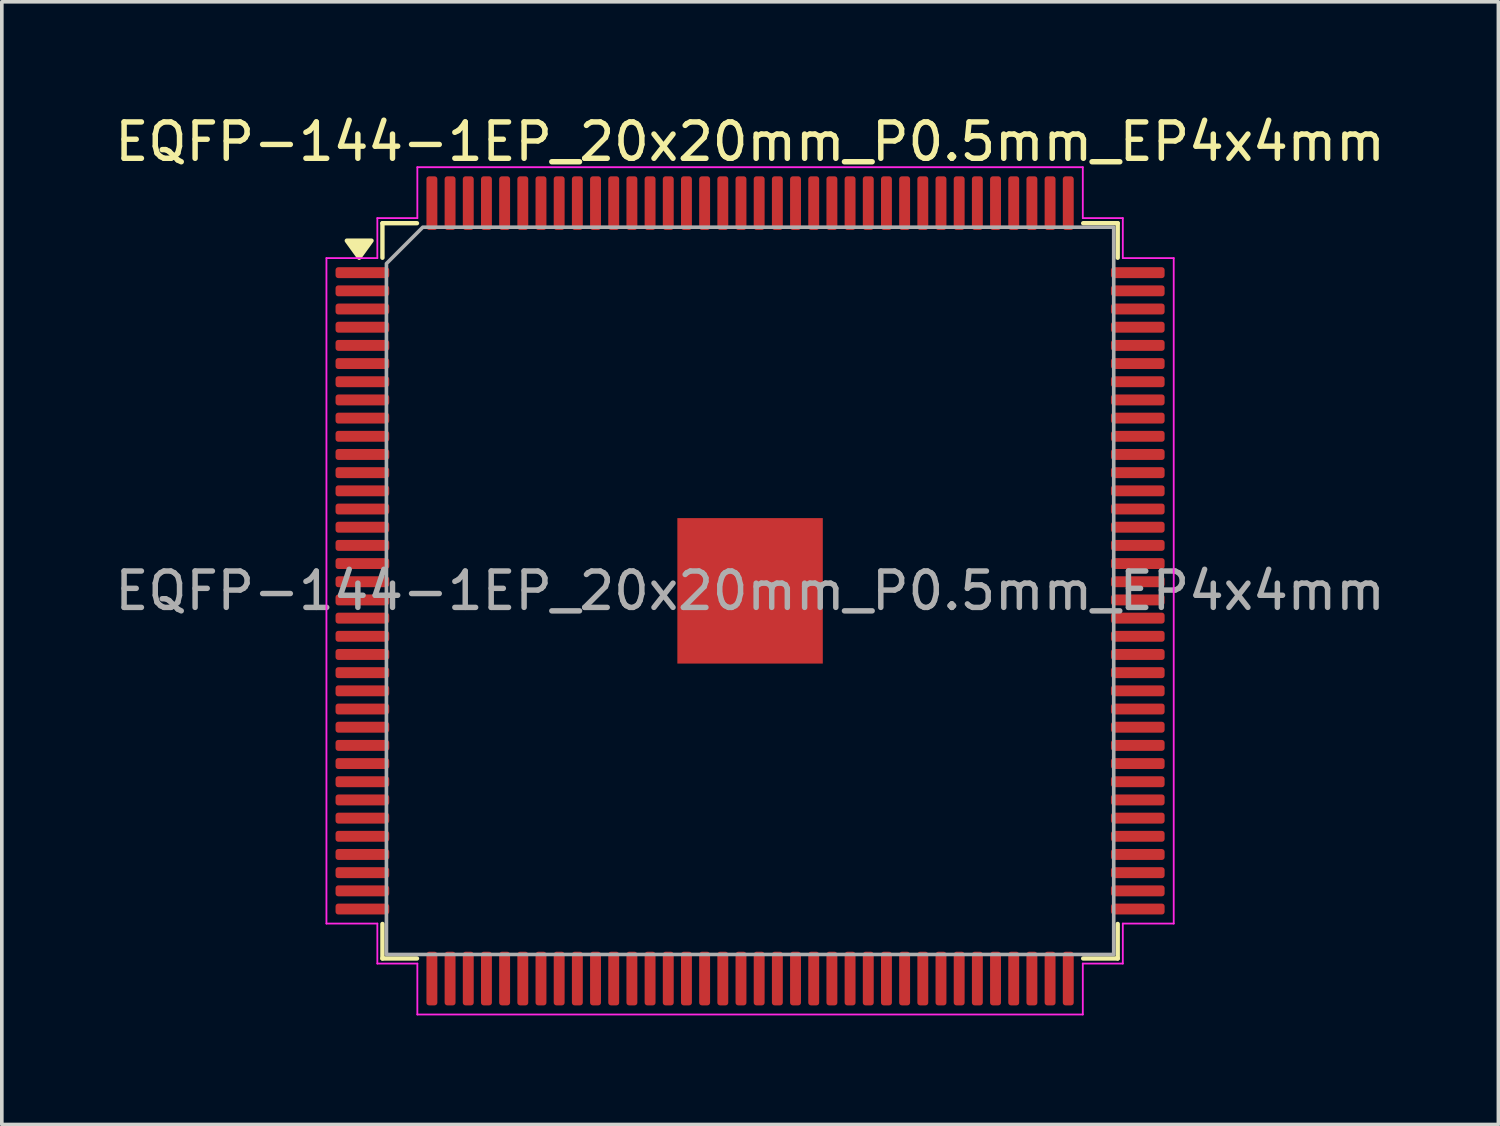
<source format=kicad_pcb>
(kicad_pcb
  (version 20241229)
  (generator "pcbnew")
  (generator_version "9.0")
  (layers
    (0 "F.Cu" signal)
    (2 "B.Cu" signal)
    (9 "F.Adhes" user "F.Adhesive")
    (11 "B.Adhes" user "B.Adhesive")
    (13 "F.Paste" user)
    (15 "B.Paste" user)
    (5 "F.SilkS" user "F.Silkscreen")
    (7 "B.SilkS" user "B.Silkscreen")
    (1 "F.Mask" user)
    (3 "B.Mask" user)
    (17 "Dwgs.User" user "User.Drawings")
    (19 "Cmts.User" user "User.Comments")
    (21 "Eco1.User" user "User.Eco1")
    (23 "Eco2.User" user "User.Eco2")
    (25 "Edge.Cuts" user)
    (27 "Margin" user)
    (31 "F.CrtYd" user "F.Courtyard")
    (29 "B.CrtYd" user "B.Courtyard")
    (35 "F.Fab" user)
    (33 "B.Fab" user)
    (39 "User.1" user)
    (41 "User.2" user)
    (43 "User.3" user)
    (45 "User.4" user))
  (footprint "EQFP-144-1EP_20x20mm_P0.5mm_EP4x4mm"
    (layer "F.Cu")
    (at 17.577 13.198)
    (property "Reference" "EQFP-144-1EP_20x20mm_P0.5mm_EP4x4mm" (at 0 -12.35 0) (layer "F.SilkS") (effects (font (size 1 1) (thickness 0.15))))
    (attr smd)
    (fp_line (start -10.11 -10.11) (end -9.16 -10.11) (stroke (width 0.12) (type solid)) (layer "F.SilkS"))
    (fp_line (start -10.11 -9.16) (end -10.11 -10.11) (stroke (width 0.12) (type solid)) (layer "F.SilkS"))
    (fp_line (start -10.11 10.11) (end -10.11 9.16) (stroke (width 0.12) (type solid)) (layer "F.SilkS"))
    (fp_line (start -9.16 10.11) (end -10.11 10.11) (stroke (width 0.12) (type solid)) (layer "F.SilkS"))
    (fp_line (start 9.16 -10.11) (end 10.11 -10.11) (stroke (width 0.12) (type solid)) (layer "F.SilkS"))
    (fp_line (start 10.11 -10.11) (end 10.11 -9.16) (stroke (width 0.12) (type solid)) (layer "F.SilkS"))
    (fp_line (start 10.11 9.16) (end 10.11 10.11) (stroke (width 0.12) (type solid)) (layer "F.SilkS"))
    (fp_line (start 10.11 10.11) (end 9.16 10.11) (stroke (width 0.12) (type solid)) (layer "F.SilkS"))
    (fp_poly (pts (xy -10.75 -9.16) (xy -11.09 -9.63) (xy -10.41 -9.63)) (stroke (width 0.12) (type solid)) (fill yes) (layer "F.SilkS"))
    (fp_line (start -11.65 -9.15) (end -10.25 -9.15) (stroke (width 0.05) (type solid)) (layer "F.CrtYd"))
    (fp_line (start -11.65 9.15) (end -11.65 -9.15) (stroke (width 0.05) (type solid)) (layer "F.CrtYd"))
    (fp_line (start -10.25 -10.25) (end -9.15 -10.25) (stroke (width 0.05) (type solid)) (layer "F.CrtYd"))
    (fp_line (start -10.25 -9.15) (end -10.25 -10.25) (stroke (width 0.05) (type solid)) (layer "F.CrtYd"))
    (fp_line (start -10.25 9.15) (end -11.65 9.15) (stroke (width 0.05) (type solid)) (layer "F.CrtYd"))
    (fp_line (start -10.25 10.25) (end -10.25 9.15) (stroke (width 0.05) (type solid)) (layer "F.CrtYd"))
    (fp_line (start -9.15 -11.65) (end 9.15 -11.65) (stroke (width 0.05) (type solid)) (layer "F.CrtYd"))
    (fp_line (start -9.15 -10.25) (end -9.15 -11.65) (stroke (width 0.05) (type solid)) (layer "F.CrtYd"))
    (fp_line (start -9.15 10.25) (end -10.25 10.25) (stroke (width 0.05) (type solid)) (layer "F.CrtYd"))
    (fp_line (start -9.15 11.65) (end -9.15 10.25) (stroke (width 0.05) (type solid)) (layer "F.CrtYd"))
    (fp_line (start 9.15 -11.65) (end 9.15 -10.25) (stroke (width 0.05) (type solid)) (layer "F.CrtYd"))
    (fp_line (start 9.15 -10.25) (end 10.25 -10.25) (stroke (width 0.05) (type solid)) (layer "F.CrtYd"))
    (fp_line (start 9.15 10.25) (end 9.15 11.65) (stroke (width 0.05) (type solid)) (layer "F.CrtYd"))
    (fp_line (start 9.15 11.65) (end -9.15 11.65) (stroke (width 0.05) (type solid)) (layer "F.CrtYd"))
    (fp_line (start 10.25 -10.25) (end 10.25 -9.15) (stroke (width 0.05) (type solid)) (layer "F.CrtYd"))
    (fp_line (start 10.25 -9.15) (end 11.65 -9.15) (stroke (width 0.05) (type solid)) (layer "F.CrtYd"))
    (fp_line (start 10.25 9.15) (end 10.25 10.25) (stroke (width 0.05) (type solid)) (layer "F.CrtYd"))
    (fp_line (start 10.25 10.25) (end 9.15 10.25) (stroke (width 0.05) (type solid)) (layer "F.CrtYd"))
    (fp_line (start 11.65 -9.15) (end 11.65 9.15) (stroke (width 0.05) (type solid)) (layer "F.CrtYd"))
    (fp_line (start 11.65 9.15) (end 10.25 9.15) (stroke (width 0.05) (type solid)) (layer "F.CrtYd"))
    (fp_poly (pts (xy -10 -9) (xy -10 10) (xy 10 10) (xy 10 -10) (xy -9 -10)) (stroke (width 0.1) (type solid)) (fill no) (layer "F.Fab"))
    (fp_text user "${REFERENCE}" (at 0 0 0) (layer "F.Fab") (effects (font (size 1 1) (thickness 0.15))))
    (pad "" smd roundrect (at -1.33 -1.33) (size 1.07 1.07) (layers "F.Paste") (roundrect_rratio 0.234))
    (pad "" smd roundrect (at -1.33 0) (size 1.07 1.07) (layers "F.Paste") (roundrect_rratio 0.234))
    (pad "" smd roundrect (at -1.33 1.33) (size 1.07 1.07) (layers "F.Paste") (roundrect_rratio 0.234))
    (pad "" smd roundrect (at 0 -1.33) (size 1.07 1.07) (layers "F.Paste") (roundrect_rratio 0.234))
    (pad "" smd roundrect (at 0 0) (size 1.07 1.07) (layers "F.Paste") (roundrect_rratio 0.234))
    (pad "" smd roundrect (at 0 1.33) (size 1.07 1.07) (layers "F.Paste") (roundrect_rratio 0.234))
    (pad "" smd roundrect (at 1.33 -1.33) (size 1.07 1.07) (layers "F.Paste") (roundrect_rratio 0.234))
    (pad "" smd roundrect (at 1.33 0) (size 1.07 1.07) (layers "F.Paste") (roundrect_rratio 0.234))
    (pad "" smd roundrect (at 1.33 1.33) (size 1.07 1.07) (layers "F.Paste") (roundrect_rratio 0.234))
    (pad "1" smd roundrect (at -10.662 -8.75) (size 1.475 0.3) (layers "F.Cu" "F.Mask" "F.Paste") (roundrect_rratio 0.25))
    (pad "2" smd roundrect (at -10.662 -8.25) (size 1.475 0.3) (layers "F.Cu" "F.Mask" "F.Paste") (roundrect_rratio 0.25))
    (pad "3" smd roundrect (at -10.662 -7.75) (size 1.475 0.3) (layers "F.Cu" "F.Mask" "F.Paste") (roundrect_rratio 0.25))
    (pad "4" smd roundrect (at -10.662 -7.25) (size 1.475 0.3) (layers "F.Cu" "F.Mask" "F.Paste") (roundrect_rratio 0.25))
    (pad "5" smd roundrect (at -10.662 -6.75) (size 1.475 0.3) (layers "F.Cu" "F.Mask" "F.Paste") (roundrect_rratio 0.25))
    (pad "6" smd roundrect (at -10.662 -6.25) (size 1.475 0.3) (layers "F.Cu" "F.Mask" "F.Paste") (roundrect_rratio 0.25))
    (pad "7" smd roundrect (at -10.662 -5.75) (size 1.475 0.3) (layers "F.Cu" "F.Mask" "F.Paste") (roundrect_rratio 0.25))
    (pad "8" smd roundrect (at -10.662 -5.25) (size 1.475 0.3) (layers "F.Cu" "F.Mask" "F.Paste") (roundrect_rratio 0.25))
    (pad "9" smd roundrect (at -10.662 -4.75) (size 1.475 0.3) (layers "F.Cu" "F.Mask" "F.Paste") (roundrect_rratio 0.25))
    (pad "10" smd roundrect (at -10.662 -4.25) (size 1.475 0.3) (layers "F.Cu" "F.Mask" "F.Paste") (roundrect_rratio 0.25))
    (pad "11" smd roundrect (at -10.662 -3.75) (size 1.475 0.3) (layers "F.Cu" "F.Mask" "F.Paste") (roundrect_rratio 0.25))
    (pad "12" smd roundrect (at -10.662 -3.25) (size 1.475 0.3) (layers "F.Cu" "F.Mask" "F.Paste") (roundrect_rratio 0.25))
    (pad "13" smd roundrect (at -10.662 -2.75) (size 1.475 0.3) (layers "F.Cu" "F.Mask" "F.Paste") (roundrect_rratio 0.25))
    (pad "14" smd roundrect (at -10.662 -2.25) (size 1.475 0.3) (layers "F.Cu" "F.Mask" "F.Paste") (roundrect_rratio 0.25))
    (pad "15" smd roundrect (at -10.662 -1.75) (size 1.475 0.3) (layers "F.Cu" "F.Mask" "F.Paste") (roundrect_rratio 0.25))
    (pad "16" smd roundrect (at -10.662 -1.25) (size 1.475 0.3) (layers "F.Cu" "F.Mask" "F.Paste") (roundrect_rratio 0.25))
    (pad "17" smd roundrect (at -10.662 -0.75) (size 1.475 0.3) (layers "F.Cu" "F.Mask" "F.Paste") (roundrect_rratio 0.25))
    (pad "18" smd roundrect (at -10.662 -0.25) (size 1.475 0.3) (layers "F.Cu" "F.Mask" "F.Paste") (roundrect_rratio 0.25))
    (pad "19" smd roundrect (at -10.662 0.25) (size 1.475 0.3) (layers "F.Cu" "F.Mask" "F.Paste") (roundrect_rratio 0.25))
    (pad "20" smd roundrect (at -10.662 0.75) (size 1.475 0.3) (layers "F.Cu" "F.Mask" "F.Paste") (roundrect_rratio 0.25))
    (pad "21" smd roundrect (at -10.662 1.25) (size 1.475 0.3) (layers "F.Cu" "F.Mask" "F.Paste") (roundrect_rratio 0.25))
    (pad "22" smd roundrect (at -10.662 1.75) (size 1.475 0.3) (layers "F.Cu" "F.Mask" "F.Paste") (roundrect_rratio 0.25))
    (pad "23" smd roundrect (at -10.662 2.25) (size 1.475 0.3) (layers "F.Cu" "F.Mask" "F.Paste") (roundrect_rratio 0.25))
    (pad "24" smd roundrect (at -10.662 2.75) (size 1.475 0.3) (layers "F.Cu" "F.Mask" "F.Paste") (roundrect_rratio 0.25))
    (pad "25" smd roundrect (at -10.662 3.25) (size 1.475 0.3) (layers "F.Cu" "F.Mask" "F.Paste") (roundrect_rratio 0.25))
    (pad "26" smd roundrect (at -10.662 3.75) (size 1.475 0.3) (layers "F.Cu" "F.Mask" "F.Paste") (roundrect_rratio 0.25))
    (pad "27" smd roundrect (at -10.662 4.25) (size 1.475 0.3) (layers "F.Cu" "F.Mask" "F.Paste") (roundrect_rratio 0.25))
    (pad "28" smd roundrect (at -10.662 4.75) (size 1.475 0.3) (layers "F.Cu" "F.Mask" "F.Paste") (roundrect_rratio 0.25))
    (pad "29" smd roundrect (at -10.662 5.25) (size 1.475 0.3) (layers "F.Cu" "F.Mask" "F.Paste") (roundrect_rratio 0.25))
    (pad "30" smd roundrect (at -10.662 5.75) (size 1.475 0.3) (layers "F.Cu" "F.Mask" "F.Paste") (roundrect_rratio 0.25))
    (pad "31" smd roundrect (at -10.662 6.25) (size 1.475 0.3) (layers "F.Cu" "F.Mask" "F.Paste") (roundrect_rratio 0.25))
    (pad "32" smd roundrect (at -10.662 6.75) (size 1.475 0.3) (layers "F.Cu" "F.Mask" "F.Paste") (roundrect_rratio 0.25))
    (pad "33" smd roundrect (at -10.662 7.25) (size 1.475 0.3) (layers "F.Cu" "F.Mask" "F.Paste") (roundrect_rratio 0.25))
    (pad "34" smd roundrect (at -10.662 7.75) (size 1.475 0.3) (layers "F.Cu" "F.Mask" "F.Paste") (roundrect_rratio 0.25))
    (pad "35" smd roundrect (at -10.662 8.25) (size 1.475 0.3) (layers "F.Cu" "F.Mask" "F.Paste") (roundrect_rratio 0.25))
    (pad "36" smd roundrect (at -10.662 8.75) (size 1.475 0.3) (layers "F.Cu" "F.Mask" "F.Paste") (roundrect_rratio 0.25))
    (pad "37" smd roundrect (at -8.75 10.662) (size 0.3 1.475) (layers "F.Cu" "F.Mask" "F.Paste") (roundrect_rratio 0.25))
    (pad "38" smd roundrect (at -8.25 10.662) (size 0.3 1.475) (layers "F.Cu" "F.Mask" "F.Paste") (roundrect_rratio 0.25))
    (pad "39" smd roundrect (at -7.75 10.662) (size 0.3 1.475) (layers "F.Cu" "F.Mask" "F.Paste") (roundrect_rratio 0.25))
    (pad "40" smd roundrect (at -7.25 10.662) (size 0.3 1.475) (layers "F.Cu" "F.Mask" "F.Paste") (roundrect_rratio 0.25))
    (pad "41" smd roundrect (at -6.75 10.662) (size 0.3 1.475) (layers "F.Cu" "F.Mask" "F.Paste") (roundrect_rratio 0.25))
    (pad "42" smd roundrect (at -6.25 10.662) (size 0.3 1.475) (layers "F.Cu" "F.Mask" "F.Paste") (roundrect_rratio 0.25))
    (pad "43" smd roundrect (at -5.75 10.662) (size 0.3 1.475) (layers "F.Cu" "F.Mask" "F.Paste") (roundrect_rratio 0.25))
    (pad "44" smd roundrect (at -5.25 10.662) (size 0.3 1.475) (layers "F.Cu" "F.Mask" "F.Paste") (roundrect_rratio 0.25))
    (pad "45" smd roundrect (at -4.75 10.662) (size 0.3 1.475) (layers "F.Cu" "F.Mask" "F.Paste") (roundrect_rratio 0.25))
    (pad "46" smd roundrect (at -4.25 10.662) (size 0.3 1.475) (layers "F.Cu" "F.Mask" "F.Paste") (roundrect_rratio 0.25))
    (pad "47" smd roundrect (at -3.75 10.662) (size 0.3 1.475) (layers "F.Cu" "F.Mask" "F.Paste") (roundrect_rratio 0.25))
    (pad "48" smd roundrect (at -3.25 10.662) (size 0.3 1.475) (layers "F.Cu" "F.Mask" "F.Paste") (roundrect_rratio 0.25))
    (pad "49" smd roundrect (at -2.75 10.662) (size 0.3 1.475) (layers "F.Cu" "F.Mask" "F.Paste") (roundrect_rratio 0.25))
    (pad "50" smd roundrect (at -2.25 10.662) (size 0.3 1.475) (layers "F.Cu" "F.Mask" "F.Paste") (roundrect_rratio 0.25))
    (pad "51" smd roundrect (at -1.75 10.662) (size 0.3 1.475) (layers "F.Cu" "F.Mask" "F.Paste") (roundrect_rratio 0.25))
    (pad "52" smd roundrect (at -1.25 10.662) (size 0.3 1.475) (layers "F.Cu" "F.Mask" "F.Paste") (roundrect_rratio 0.25))
    (pad "53" smd roundrect (at -0.75 10.662) (size 0.3 1.475) (layers "F.Cu" "F.Mask" "F.Paste") (roundrect_rratio 0.25))
    (pad "54" smd roundrect (at -0.25 10.662) (size 0.3 1.475) (layers "F.Cu" "F.Mask" "F.Paste") (roundrect_rratio 0.25))
    (pad "55" smd roundrect (at 0.25 10.662) (size 0.3 1.475) (layers "F.Cu" "F.Mask" "F.Paste") (roundrect_rratio 0.25))
    (pad "56" smd roundrect (at 0.75 10.662) (size 0.3 1.475) (layers "F.Cu" "F.Mask" "F.Paste") (roundrect_rratio 0.25))
    (pad "57" smd roundrect (at 1.25 10.662) (size 0.3 1.475) (layers "F.Cu" "F.Mask" "F.Paste") (roundrect_rratio 0.25))
    (pad "58" smd roundrect (at 1.75 10.662) (size 0.3 1.475) (layers "F.Cu" "F.Mask" "F.Paste") (roundrect_rratio 0.25))
    (pad "59" smd roundrect (at 2.25 10.662) (size 0.3 1.475) (layers "F.Cu" "F.Mask" "F.Paste") (roundrect_rratio 0.25))
    (pad "60" smd roundrect (at 2.75 10.662) (size 0.3 1.475) (layers "F.Cu" "F.Mask" "F.Paste") (roundrect_rratio 0.25))
    (pad "61" smd roundrect (at 3.25 10.662) (size 0.3 1.475) (layers "F.Cu" "F.Mask" "F.Paste") (roundrect_rratio 0.25))
    (pad "62" smd roundrect (at 3.75 10.662) (size 0.3 1.475) (layers "F.Cu" "F.Mask" "F.Paste") (roundrect_rratio 0.25))
    (pad "63" smd roundrect (at 4.25 10.662) (size 0.3 1.475) (layers "F.Cu" "F.Mask" "F.Paste") (roundrect_rratio 0.25))
    (pad "64" smd roundrect (at 4.75 10.662) (size 0.3 1.475) (layers "F.Cu" "F.Mask" "F.Paste") (roundrect_rratio 0.25))
    (pad "65" smd roundrect (at 5.25 10.662) (size 0.3 1.475) (layers "F.Cu" "F.Mask" "F.Paste") (roundrect_rratio 0.25))
    (pad "66" smd roundrect (at 5.75 10.662) (size 0.3 1.475) (layers "F.Cu" "F.Mask" "F.Paste") (roundrect_rratio 0.25))
    (pad "67" smd roundrect (at 6.25 10.662) (size 0.3 1.475) (layers "F.Cu" "F.Mask" "F.Paste") (roundrect_rratio 0.25))
    (pad "68" smd roundrect (at 6.75 10.662) (size 0.3 1.475) (layers "F.Cu" "F.Mask" "F.Paste") (roundrect_rratio 0.25))
    (pad "69" smd roundrect (at 7.25 10.662) (size 0.3 1.475) (layers "F.Cu" "F.Mask" "F.Paste") (roundrect_rratio 0.25))
    (pad "70" smd roundrect (at 7.75 10.662) (size 0.3 1.475) (layers "F.Cu" "F.Mask" "F.Paste") (roundrect_rratio 0.25))
    (pad "71" smd roundrect (at 8.25 10.662) (size 0.3 1.475) (layers "F.Cu" "F.Mask" "F.Paste") (roundrect_rratio 0.25))
    (pad "72" smd roundrect (at 8.75 10.662) (size 0.3 1.475) (layers "F.Cu" "F.Mask" "F.Paste") (roundrect_rratio 0.25))
    (pad "73" smd roundrect (at 10.662 8.75) (size 1.475 0.3) (layers "F.Cu" "F.Mask" "F.Paste") (roundrect_rratio 0.25))
    (pad "74" smd roundrect (at 10.662 8.25) (size 1.475 0.3) (layers "F.Cu" "F.Mask" "F.Paste") (roundrect_rratio 0.25))
    (pad "75" smd roundrect (at 10.662 7.75) (size 1.475 0.3) (layers "F.Cu" "F.Mask" "F.Paste") (roundrect_rratio 0.25))
    (pad "76" smd roundrect (at 10.662 7.25) (size 1.475 0.3) (layers "F.Cu" "F.Mask" "F.Paste") (roundrect_rratio 0.25))
    (pad "77" smd roundrect (at 10.662 6.75) (size 1.475 0.3) (layers "F.Cu" "F.Mask" "F.Paste") (roundrect_rratio 0.25))
    (pad "78" smd roundrect (at 10.662 6.25) (size 1.475 0.3) (layers "F.Cu" "F.Mask" "F.Paste") (roundrect_rratio 0.25))
    (pad "79" smd roundrect (at 10.662 5.75) (size 1.475 0.3) (layers "F.Cu" "F.Mask" "F.Paste") (roundrect_rratio 0.25))
    (pad "80" smd roundrect (at 10.662 5.25) (size 1.475 0.3) (layers "F.Cu" "F.Mask" "F.Paste") (roundrect_rratio 0.25))
    (pad "81" smd roundrect (at 10.662 4.75) (size 1.475 0.3) (layers "F.Cu" "F.Mask" "F.Paste") (roundrect_rratio 0.25))
    (pad "82" smd roundrect (at 10.662 4.25) (size 1.475 0.3) (layers "F.Cu" "F.Mask" "F.Paste") (roundrect_rratio 0.25))
    (pad "83" smd roundrect (at 10.662 3.75) (size 1.475 0.3) (layers "F.Cu" "F.Mask" "F.Paste") (roundrect_rratio 0.25))
    (pad "84" smd roundrect (at 10.662 3.25) (size 1.475 0.3) (layers "F.Cu" "F.Mask" "F.Paste") (roundrect_rratio 0.25))
    (pad "85" smd roundrect (at 10.662 2.75) (size 1.475 0.3) (layers "F.Cu" "F.Mask" "F.Paste") (roundrect_rratio 0.25))
    (pad "86" smd roundrect (at 10.662 2.25) (size 1.475 0.3) (layers "F.Cu" "F.Mask" "F.Paste") (roundrect_rratio 0.25))
    (pad "87" smd roundrect (at 10.662 1.75) (size 1.475 0.3) (layers "F.Cu" "F.Mask" "F.Paste") (roundrect_rratio 0.25))
    (pad "88" smd roundrect (at 10.662 1.25) (size 1.475 0.3) (layers "F.Cu" "F.Mask" "F.Paste") (roundrect_rratio 0.25))
    (pad "89" smd roundrect (at 10.662 0.75) (size 1.475 0.3) (layers "F.Cu" "F.Mask" "F.Paste") (roundrect_rratio 0.25))
    (pad "90" smd roundrect (at 10.662 0.25) (size 1.475 0.3) (layers "F.Cu" "F.Mask" "F.Paste") (roundrect_rratio 0.25))
    (pad "91" smd roundrect (at 10.662 -0.25) (size 1.475 0.3) (layers "F.Cu" "F.Mask" "F.Paste") (roundrect_rratio 0.25))
    (pad "92" smd roundrect (at 10.662 -0.75) (size 1.475 0.3) (layers "F.Cu" "F.Mask" "F.Paste") (roundrect_rratio 0.25))
    (pad "93" smd roundrect (at 10.662 -1.25) (size 1.475 0.3) (layers "F.Cu" "F.Mask" "F.Paste") (roundrect_rratio 0.25))
    (pad "94" smd roundrect (at 10.662 -1.75) (size 1.475 0.3) (layers "F.Cu" "F.Mask" "F.Paste") (roundrect_rratio 0.25))
    (pad "95" smd roundrect (at 10.662 -2.25) (size 1.475 0.3) (layers "F.Cu" "F.Mask" "F.Paste") (roundrect_rratio 0.25))
    (pad "96" smd roundrect (at 10.662 -2.75) (size 1.475 0.3) (layers "F.Cu" "F.Mask" "F.Paste") (roundrect_rratio 0.25))
    (pad "97" smd roundrect (at 10.662 -3.25) (size 1.475 0.3) (layers "F.Cu" "F.Mask" "F.Paste") (roundrect_rratio 0.25))
    (pad "98" smd roundrect (at 10.662 -3.75) (size 1.475 0.3) (layers "F.Cu" "F.Mask" "F.Paste") (roundrect_rratio 0.25))
    (pad "99" smd roundrect (at 10.662 -4.25) (size 1.475 0.3) (layers "F.Cu" "F.Mask" "F.Paste") (roundrect_rratio 0.25))
    (pad "100" smd roundrect (at 10.662 -4.75) (size 1.475 0.3) (layers "F.Cu" "F.Mask" "F.Paste") (roundrect_rratio 0.25))
    (pad "101" smd roundrect (at 10.662 -5.25) (size 1.475 0.3) (layers "F.Cu" "F.Mask" "F.Paste") (roundrect_rratio 0.25))
    (pad "102" smd roundrect (at 10.662 -5.75) (size 1.475 0.3) (layers "F.Cu" "F.Mask" "F.Paste") (roundrect_rratio 0.25))
    (pad "103" smd roundrect (at 10.662 -6.25) (size 1.475 0.3) (layers "F.Cu" "F.Mask" "F.Paste") (roundrect_rratio 0.25))
    (pad "104" smd roundrect (at 10.662 -6.75) (size 1.475 0.3) (layers "F.Cu" "F.Mask" "F.Paste") (roundrect_rratio 0.25))
    (pad "105" smd roundrect (at 10.662 -7.25) (size 1.475 0.3) (layers "F.Cu" "F.Mask" "F.Paste") (roundrect_rratio 0.25))
    (pad "106" smd roundrect (at 10.662 -7.75) (size 1.475 0.3) (layers "F.Cu" "F.Mask" "F.Paste") (roundrect_rratio 0.25))
    (pad "107" smd roundrect (at 10.662 -8.25) (size 1.475 0.3) (layers "F.Cu" "F.Mask" "F.Paste") (roundrect_rratio 0.25))
    (pad "108" smd roundrect (at 10.662 -8.75) (size 1.475 0.3) (layers "F.Cu" "F.Mask" "F.Paste") (roundrect_rratio 0.25))
    (pad "109" smd roundrect (at 8.75 -10.662) (size 0.3 1.475) (layers "F.Cu" "F.Mask" "F.Paste") (roundrect_rratio 0.25))
    (pad "110" smd roundrect (at 8.25 -10.662) (size 0.3 1.475) (layers "F.Cu" "F.Mask" "F.Paste") (roundrect_rratio 0.25))
    (pad "111" smd roundrect (at 7.75 -10.662) (size 0.3 1.475) (layers "F.Cu" "F.Mask" "F.Paste") (roundrect_rratio 0.25))
    (pad "112" smd roundrect (at 7.25 -10.662) (size 0.3 1.475) (layers "F.Cu" "F.Mask" "F.Paste") (roundrect_rratio 0.25))
    (pad "113" smd roundrect (at 6.75 -10.662) (size 0.3 1.475) (layers "F.Cu" "F.Mask" "F.Paste") (roundrect_rratio 0.25))
    (pad "114" smd roundrect (at 6.25 -10.662) (size 0.3 1.475) (layers "F.Cu" "F.Mask" "F.Paste") (roundrect_rratio 0.25))
    (pad "115" smd roundrect (at 5.75 -10.662) (size 0.3 1.475) (layers "F.Cu" "F.Mask" "F.Paste") (roundrect_rratio 0.25))
    (pad "116" smd roundrect (at 5.25 -10.662) (size 0.3 1.475) (layers "F.Cu" "F.Mask" "F.Paste") (roundrect_rratio 0.25))
    (pad "117" smd roundrect (at 4.75 -10.662) (size 0.3 1.475) (layers "F.Cu" "F.Mask" "F.Paste") (roundrect_rratio 0.25))
    (pad "118" smd roundrect (at 4.25 -10.662) (size 0.3 1.475) (layers "F.Cu" "F.Mask" "F.Paste") (roundrect_rratio 0.25))
    (pad "119" smd roundrect (at 3.75 -10.662) (size 0.3 1.475) (layers "F.Cu" "F.Mask" "F.Paste") (roundrect_rratio 0.25))
    (pad "120" smd roundrect (at 3.25 -10.662) (size 0.3 1.475) (layers "F.Cu" "F.Mask" "F.Paste") (roundrect_rratio 0.25))
    (pad "121" smd roundrect (at 2.75 -10.662) (size 0.3 1.475) (layers "F.Cu" "F.Mask" "F.Paste") (roundrect_rratio 0.25))
    (pad "122" smd roundrect (at 2.25 -10.662) (size 0.3 1.475) (layers "F.Cu" "F.Mask" "F.Paste") (roundrect_rratio 0.25))
    (pad "123" smd roundrect (at 1.75 -10.662) (size 0.3 1.475) (layers "F.Cu" "F.Mask" "F.Paste") (roundrect_rratio 0.25))
    (pad "124" smd roundrect (at 1.25 -10.662) (size 0.3 1.475) (layers "F.Cu" "F.Mask" "F.Paste") (roundrect_rratio 0.25))
    (pad "125" smd roundrect (at 0.75 -10.662) (size 0.3 1.475) (layers "F.Cu" "F.Mask" "F.Paste") (roundrect_rratio 0.25))
    (pad "126" smd roundrect (at 0.25 -10.662) (size 0.3 1.475) (layers "F.Cu" "F.Mask" "F.Paste") (roundrect_rratio 0.25))
    (pad "127" smd roundrect (at -0.25 -10.662) (size 0.3 1.475) (layers "F.Cu" "F.Mask" "F.Paste") (roundrect_rratio 0.25))
    (pad "128" smd roundrect (at -0.75 -10.662) (size 0.3 1.475) (layers "F.Cu" "F.Mask" "F.Paste") (roundrect_rratio 0.25))
    (pad "129" smd roundrect (at -1.25 -10.662) (size 0.3 1.475) (layers "F.Cu" "F.Mask" "F.Paste") (roundrect_rratio 0.25))
    (pad "130" smd roundrect (at -1.75 -10.662) (size 0.3 1.475) (layers "F.Cu" "F.Mask" "F.Paste") (roundrect_rratio 0.25))
    (pad "131" smd roundrect (at -2.25 -10.662) (size 0.3 1.475) (layers "F.Cu" "F.Mask" "F.Paste") (roundrect_rratio 0.25))
    (pad "132" smd roundrect (at -2.75 -10.662) (size 0.3 1.475) (layers "F.Cu" "F.Mask" "F.Paste") (roundrect_rratio 0.25))
    (pad "133" smd roundrect (at -3.25 -10.662) (size 0.3 1.475) (layers "F.Cu" "F.Mask" "F.Paste") (roundrect_rratio 0.25))
    (pad "134" smd roundrect (at -3.75 -10.662) (size 0.3 1.475) (layers "F.Cu" "F.Mask" "F.Paste") (roundrect_rratio 0.25))
    (pad "135" smd roundrect (at -4.25 -10.662) (size 0.3 1.475) (layers "F.Cu" "F.Mask" "F.Paste") (roundrect_rratio 0.25))
    (pad "136" smd roundrect (at -4.75 -10.662) (size 0.3 1.475) (layers "F.Cu" "F.Mask" "F.Paste") (roundrect_rratio 0.25))
    (pad "137" smd roundrect (at -5.25 -10.662) (size 0.3 1.475) (layers "F.Cu" "F.Mask" "F.Paste") (roundrect_rratio 0.25))
    (pad "138" smd roundrect (at -5.75 -10.662) (size 0.3 1.475) (layers "F.Cu" "F.Mask" "F.Paste") (roundrect_rratio 0.25))
    (pad "139" smd roundrect (at -6.25 -10.662) (size 0.3 1.475) (layers "F.Cu" "F.Mask" "F.Paste") (roundrect_rratio 0.25))
    (pad "140" smd roundrect (at -6.75 -10.662) (size 0.3 1.475) (layers "F.Cu" "F.Mask" "F.Paste") (roundrect_rratio 0.25))
    (pad "141" smd roundrect (at -7.25 -10.662) (size 0.3 1.475) (layers "F.Cu" "F.Mask" "F.Paste") (roundrect_rratio 0.25))
    (pad "142" smd roundrect (at -7.75 -10.662) (size 0.3 1.475) (layers "F.Cu" "F.Mask" "F.Paste") (roundrect_rratio 0.25))
    (pad "143" smd roundrect (at -8.25 -10.662) (size 0.3 1.475) (layers "F.Cu" "F.Mask" "F.Paste") (roundrect_rratio 0.25))
    (pad "144" smd roundrect (at -8.75 -10.662) (size 0.3 1.475) (layers "F.Cu" "F.Mask" "F.Paste") (roundrect_rratio 0.25))
    (pad "145" smd rect (at 0 0) (size 4 4) (property pad_prop_heatsink) (layers "F.Cu" "F.Mask")))
  (gr_rect
    (start -3 -3)
    (end 38.155 27.873)
    (stroke (width 0.1) (type default))
    (fill no)
    (layer "Edge.Cuts")))
</source>
